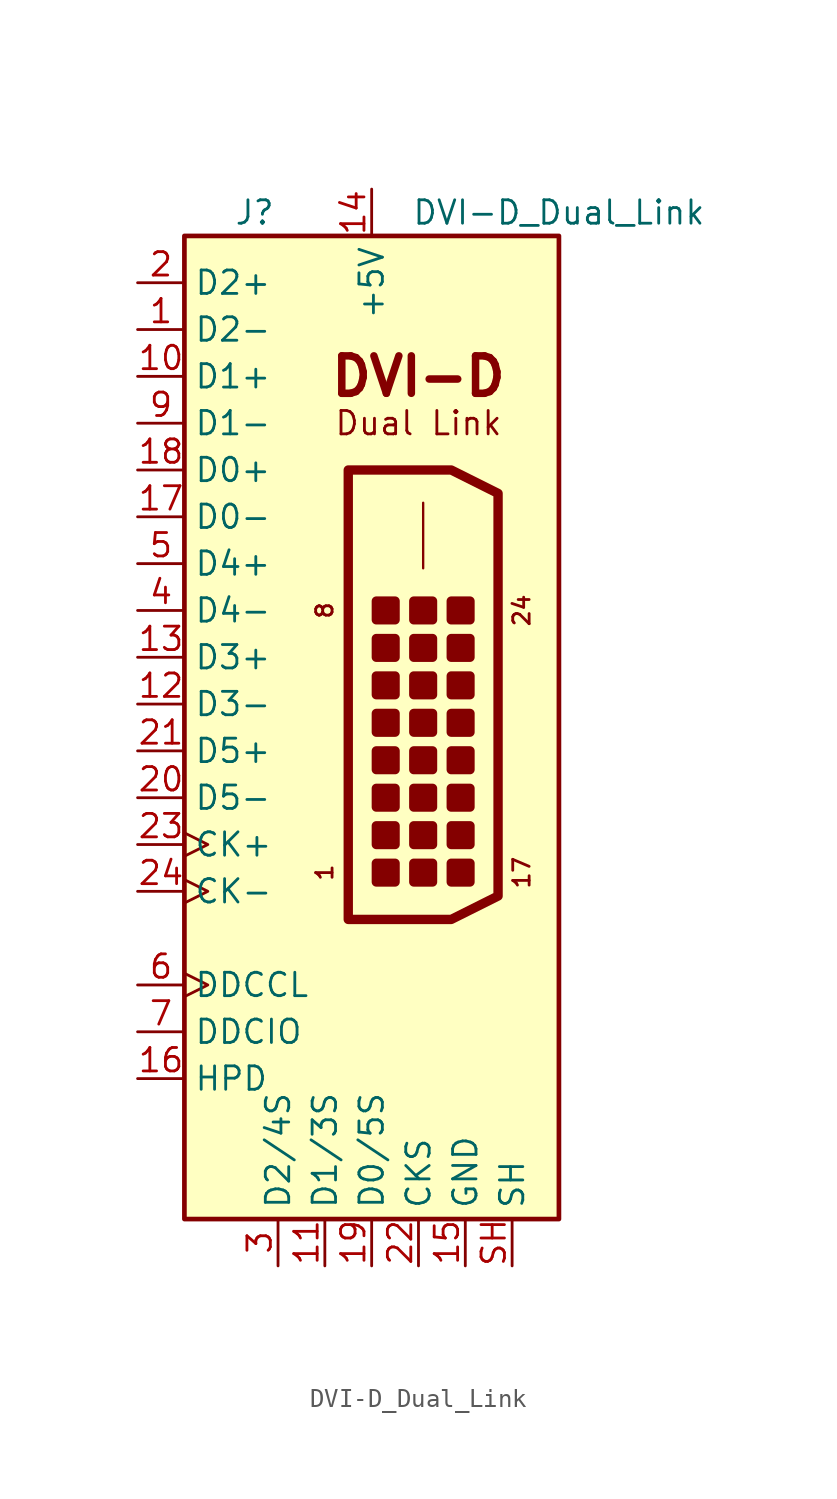
<source format=kicad_sym>
(kicad_symbol_lib
  (version 20241209)
  (generator "kicad_symbol_editor")
  (generator_version "9.0")
  (symbol "DVI-D_Dual_Link"
    (property "Reference" "J"
      (at -6.35 29.21 0)
      (effects (font (size 1.27 1.27))))
    (property "Value" "DVI-D_Dual_Link"
      (at 10.16 29.21 0)
      (effects (font (size 1.27 1.27))))
    (symbol "DVI-D_Dual_Link_0_0"
      (polyline (pts (xy -1.27 15.24) (xy 4.318 15.24) (xy 6.858 13.97) (xy 6.858 -7.874) (xy 4.318 -9.144) (xy -1.27 -9.144) (xy -1.27 15.24)) (stroke (width 0.508) (type solid)) (fill (type none)))
      (text "DVI-D" (at 2.54 20.32 0) (effects (font (size 2.032 2.032) (bold yes))))
      (text "Dual Link" (at 2.54 17.78 0) (effects (font (size 1.27 1.27)))))
    (symbol "DVI-D_Dual_Link_1_1"
      (rectangle (start -10.16 27.94) (end 10.16 -25.4) (stroke (width 0.254) (type solid)) (fill (type background)))
      (rectangle (start 0.254 8.128) (end 1.27 7.112) (stroke (width 0.508) (type solid)) (fill (type outline)))
      (rectangle (start 0.254 6.096) (end 1.27 5.08) (stroke (width 0.508) (type solid)) (fill (type outline)))
      (rectangle (start 0.254 4.064) (end 1.27 3.048) (stroke (width 0.508) (type solid)) (fill (type outline)))
      (rectangle (start 0.254 2.032) (end 1.27 1.016) (stroke (width 0.508) (type solid)) (fill (type outline)))
      (rectangle (start 0.254 0) (end 1.27 -1.016) (stroke (width 0.508) (type solid)) (fill (type outline)))
      (rectangle (start 0.254 -2.032) (end 1.27 -3.048) (stroke (width 0.508) (type solid)) (fill (type outline)))
      (rectangle (start 0.254 -4.064) (end 1.27 -5.08) (stroke (width 0.508) (type solid)) (fill (type outline)))
      (rectangle (start 0.254 -6.096) (end 1.27 -7.112) (stroke (width 0.508) (type solid)) (fill (type outline)))
      (rectangle (start 2.286 8.128) (end 3.302 7.112) (stroke (width 0.508) (type solid)) (fill (type outline)))
      (rectangle (start 2.286 6.096) (end 3.302 5.08) (stroke (width 0.508) (type solid)) (fill (type outline)))
      (rectangle (start 2.286 4.064) (end 3.302 3.048) (stroke (width 0.508) (type solid)) (fill (type outline)))
      (rectangle (start 2.286 2.032) (end 3.302 1.016) (stroke (width 0.508) (type solid)) (fill (type outline)))
      (rectangle (start 2.286 0) (end 3.302 -1.016) (stroke (width 0.508) (type solid)) (fill (type outline)))
      (rectangle (start 2.286 -2.032) (end 3.302 -3.048) (stroke (width 0.508) (type solid)) (fill (type outline)))
      (rectangle (start 2.286 -4.064) (end 3.302 -5.08) (stroke (width 0.508) (type solid)) (fill (type outline)))
      (rectangle (start 2.286 -6.096) (end 3.302 -7.112) (stroke (width 0.508) (type solid)) (fill (type outline)))
      (polyline (pts (xy 2.794 13.462) (xy 2.794 9.906)) (stroke (width 0.127) (type solid)) (fill (type none)))
      (rectangle (start 4.318 8.128) (end 5.334 7.112) (stroke (width 0.508) (type solid)) (fill (type outline)))
      (rectangle (start 4.318 6.096) (end 5.334 5.08) (stroke (width 0.508) (type solid)) (fill (type outline)))
      (rectangle (start 4.318 4.064) (end 5.334 3.048) (stroke (width 0.508) (type solid)) (fill (type outline)))
      (rectangle (start 4.318 2.032) (end 5.334 1.016) (stroke (width 0.508) (type solid)) (fill (type outline)))
      (rectangle (start 4.318 0) (end 5.334 -1.016) (stroke (width 0.508) (type solid)) (fill (type outline)))
      (rectangle (start 4.318 -2.032) (end 5.334 -3.048) (stroke (width 0.508) (type solid)) (fill (type outline)))
      (rectangle (start 4.318 -4.064) (end 5.334 -5.08) (stroke (width 0.508) (type solid)) (fill (type outline)))
      (rectangle (start 4.318 -6.096) (end 5.334 -7.112) (stroke (width 0.508) (type solid)) (fill (type outline)))
      (text "8" (at -2.032 7.62 900) (effects (font (size 0.889 0.889)) (justify bottom)))
      (text "1" (at -2.032 -6.604 900) (effects (font (size 0.889 0.889)) (justify bottom)))
      (text "24" (at 7.62 7.62 900) (effects (font (size 0.889 0.889)) (justify top)))
      (text "17" (at 7.62 -6.604 900) (effects (font (size 0.889 0.889)) (justify top)))
      (pin passive line (at -12.7 25.4 0) (length 2.54) (name "D2+" (effects (font (size 1.27 1.27)))) (number "2" (effects (font (size 1.27 1.27)))))
      (pin passive line (at -12.7 22.86 0) (length 2.54) (name "D2-" (effects (font (size 1.27 1.27)))) (number "1" (effects (font (size 1.27 1.27)))))
      (pin passive line (at -12.7 20.32 0) (length 2.54) (name "D1+" (effects (font (size 1.27 1.27)))) (number "10" (effects (font (size 1.27 1.27)))))
      (pin passive line (at -12.7 17.78 0) (length 2.54) (name "D1-" (effects (font (size 1.27 1.27)))) (number "9" (effects (font (size 1.27 1.27)))))
      (pin passive line (at -12.7 15.24 0) (length 2.54) (name "D0+" (effects (font (size 1.27 1.27)))) (number "18" (effects (font (size 1.27 1.27)))))
      (pin passive line (at -12.7 12.7 0) (length 2.54) (name "D0-" (effects (font (size 1.27 1.27)))) (number "17" (effects (font (size 1.27 1.27)))))
      (pin passive line (at -12.7 10.16 0) (length 2.54) (name "D4+" (effects (font (size 1.27 1.27)))) (number "5" (effects (font (size 1.27 1.27)))))
      (pin passive line (at -12.7 7.62 0) (length 2.54) (name "D4-" (effects (font (size 1.27 1.27)))) (number "4" (effects (font (size 1.27 1.27)))))
      (pin passive line (at -12.7 5.08 0) (length 2.54) (name "D3+" (effects (font (size 1.27 1.27)))) (number "13" (effects (font (size 1.27 1.27)))))
      (pin passive line (at -12.7 2.54 0) (length 2.54) (name "D3-" (effects (font (size 1.27 1.27)))) (number "12" (effects (font (size 1.27 1.27)))))
      (pin passive line (at -12.7 0 0) (length 2.54) (name "D5+" (effects (font (size 1.27 1.27)))) (number "21" (effects (font (size 1.27 1.27)))))
      (pin passive line (at -12.7 -2.54 0) (length 2.54) (name "D5-" (effects (font (size 1.27 1.27)))) (number "20" (effects (font (size 1.27 1.27)))))
      (pin passive clock (at -12.7 -5.08 0) (length 2.54) (name "CK+" (effects (font (size 1.27 1.27)))) (number "23" (effects (font (size 1.27 1.27)))))
      (pin passive clock (at -12.7 -7.62 0) (length 2.54) (name "CK-" (effects (font (size 1.27 1.27)))) (number "24" (effects (font (size 1.27 1.27)))))
      (pin passive clock (at -12.7 -12.7 0) (length 2.54) (name "DDCCL" (effects (font (size 1.27 1.27)))) (number "6" (effects (font (size 1.27 1.27)))))
      (pin bidirectional line (at -12.7 -15.24 0) (length 2.54) (name "DDCIO" (effects (font (size 1.27 1.27)))) (number "7" (effects (font (size 1.27 1.27)))))
      (pin passive line (at -12.7 -17.78 0) (length 2.54) (name "HPD" (effects (font (size 1.27 1.27)))) (number "16" (effects (font (size 1.27 1.27)))))
      (pin no_connect line (at -10.16 -10.16 0) (length 2.54) (hide yes) (name "NC" (effects (font (size 1.27 1.27)))) (number "8" (effects (font (size 1.27 1.27)))))
      (pin passive line (at -5.08 -27.94 90) (length 2.54) (name "D2/4S" (effects (font (size 1.27 1.27)))) (number "3" (effects (font (size 1.27 1.27)))))
      (pin passive line (at -2.54 -27.94 90) (length 2.54) (name "D1/3S" (effects (font (size 1.27 1.27)))) (number "11" (effects (font (size 1.27 1.27)))))
      (pin power_in line (at 0 30.48 270) (length 2.54) (name "+5V" (effects (font (size 1.27 1.27)))) (number "14" (effects (font (size 1.27 1.27)))))
      (pin passive line (at 0 -27.94 90) (length 2.54) (name "D0/5S" (effects (font (size 1.27 1.27)))) (number "19" (effects (font (size 1.27 1.27)))))
      (pin passive line (at 2.54 -27.94 90) (length 2.54) (name "CKS" (effects (font (size 1.27 1.27)))) (number "22" (effects (font (size 1.27 1.27)))))
      (pin power_in line (at 5.08 -27.94 90) (length 2.54) (name "GND" (effects (font (size 1.27 1.27)))) (number "15" (effects (font (size 1.27 1.27)))))
      (pin passive line (at 7.62 -27.94 90) (length 2.54) (name "SH" (effects (font (size 1.27 1.27)))) (number "SH" (effects (font (size 1.27 1.27))))))))
</source>
